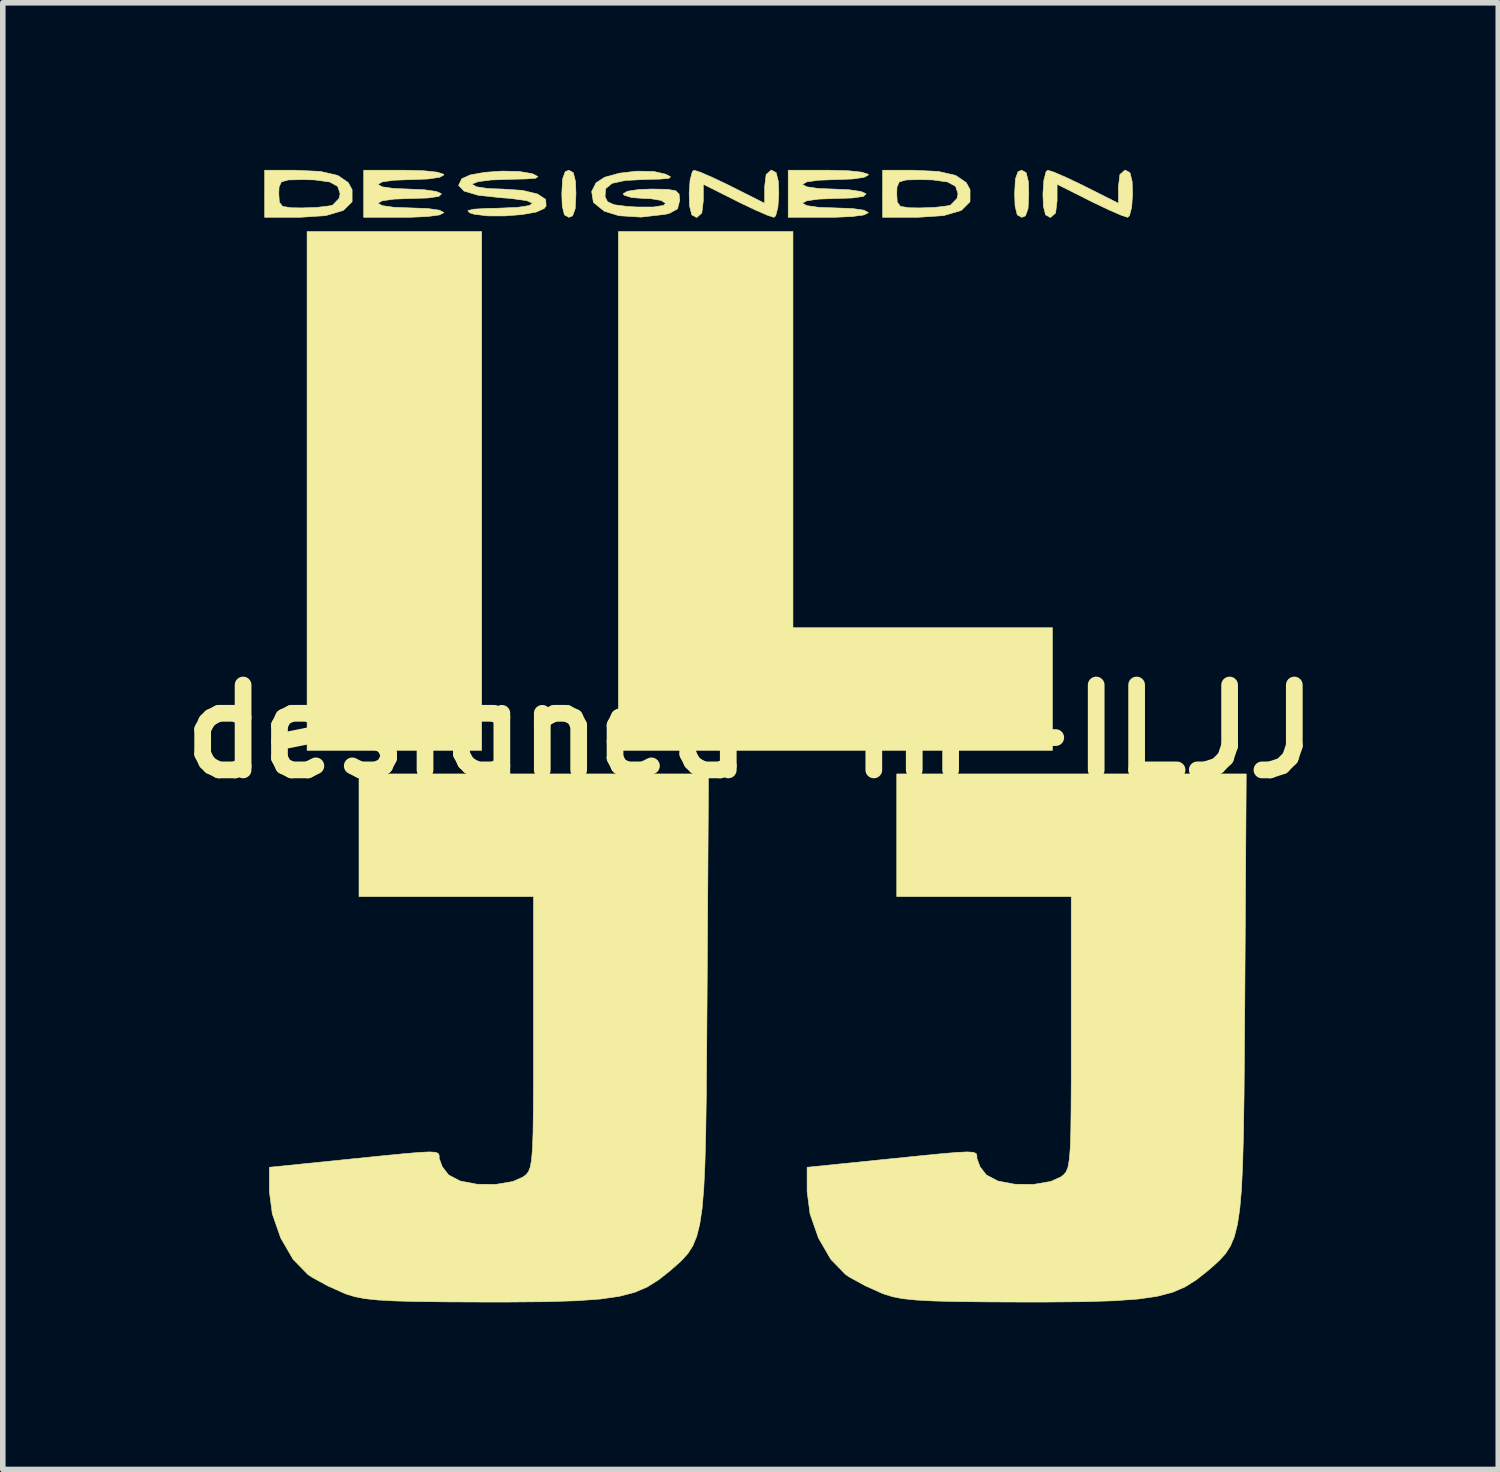
<source format=kicad_pcb>
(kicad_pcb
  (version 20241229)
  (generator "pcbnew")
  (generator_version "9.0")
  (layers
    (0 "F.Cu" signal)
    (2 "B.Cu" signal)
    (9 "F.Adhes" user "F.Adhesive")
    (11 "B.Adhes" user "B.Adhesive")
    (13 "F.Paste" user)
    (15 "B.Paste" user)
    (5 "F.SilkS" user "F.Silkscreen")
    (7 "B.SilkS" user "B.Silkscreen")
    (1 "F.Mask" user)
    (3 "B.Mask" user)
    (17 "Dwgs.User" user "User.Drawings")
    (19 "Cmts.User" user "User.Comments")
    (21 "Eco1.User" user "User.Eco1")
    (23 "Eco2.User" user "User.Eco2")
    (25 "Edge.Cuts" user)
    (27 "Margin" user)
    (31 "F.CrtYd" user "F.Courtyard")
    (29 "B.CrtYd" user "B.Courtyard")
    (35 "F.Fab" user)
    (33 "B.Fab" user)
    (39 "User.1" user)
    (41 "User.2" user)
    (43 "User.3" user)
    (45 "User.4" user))
  (footprint "designed-in-ILJJ"
    (layer "F.Cu")
    (at 10.421 10.08)
    (property "Reference" "designed-in-ILJJ" (at 0 0 0) (layer "F.SilkS") (effects (font (size 1.524 1.524) (thickness 0.3))))
    (attr through_hole)
    (fp_poly (pts (xy -4.826 0.339) (xy -7.959 0.339) (xy -7.959 -8.975) (xy -4.826 -8.975) (xy -4.826 0.339)) (stroke (width 0.01) (type solid)) (fill yes) (layer "F.SilkS"))
    (fp_poly (pts (xy 0.762 -1.863) (xy 5.419 -1.863) (xy 5.419 0.339) (xy -2.371 0.339) (xy -2.371 -8.975) (xy 0.762 -8.975) (xy 0.762 -1.863)) (stroke (width 0.01) (type solid)) (fill yes) (layer "F.SilkS"))
    (fp_poly (pts (xy -3.18 -10.03) (xy -3.141 -9.873) (xy -3.133 -9.652) (xy -3.146 -9.386) (xy -3.193 -9.256) (xy -3.26 -9.229) (xy -3.34 -9.274) (xy -3.379 -9.431) (xy -3.387 -9.652) (xy -3.373 -9.918) (xy -3.326 -10.048) (xy -3.26 -10.075) (xy -3.18 -10.03)) (stroke (width 0.01) (type solid)) (fill yes) (layer "F.SilkS"))
    (fp_poly (pts (xy 4.948 -10.03) (xy 4.987 -9.873) (xy 4.995 -9.652) (xy 4.982 -9.386) (xy 4.935 -9.256) (xy 4.868 -9.229) (xy 4.788 -9.274) (xy 4.749 -9.431) (xy 4.741 -9.652) (xy 4.755 -9.918) (xy 4.802 -10.048) (xy 4.868 -10.075) (xy 4.948 -10.03)) (stroke (width 0.01) (type solid)) (fill yes) (layer "F.SilkS"))
    (fp_poly (pts (xy 0.461 -10.03) (xy 0.5 -9.873) (xy 0.508 -9.652) (xy 0.492 -9.411) (xy 0.452 -9.257) (xy 0.421 -9.229) (xy 0.309 -9.265) (xy 0.089 -9.36) (xy -0.194 -9.495) (xy -0.256 -9.526) (xy -0.847 -9.823) (xy -0.847 -9.526) (xy -0.874 -9.306) (xy -0.961 -9.229) (xy -0.974 -9.229) (xy -1.054 -9.274) (xy -1.093 -9.431) (xy -1.101 -9.652) (xy -1.085 -9.893) (xy -1.045 -10.047) (xy -1.014 -10.075) (xy -0.901 -10.039) (xy -0.682 -9.944) (xy -0.398 -9.809) (xy -0.337 -9.778) (xy 0.254 -9.481) (xy 0.254 -9.778) (xy 0.281 -9.998) (xy 0.369 -10.075) (xy 0.381 -10.075) (xy 0.461 -10.03)) (stroke (width 0.01) (type solid)) (fill yes) (layer "F.SilkS"))
    (fp_poly (pts (xy 6.811 -10.03) (xy 6.85 -9.873) (xy 6.858 -9.652) (xy 6.842 -9.411) (xy 6.802 -9.257) (xy 6.771 -9.229) (xy 6.659 -9.265) (xy 6.439 -9.36) (xy 6.156 -9.495) (xy 6.094 -9.526) (xy 5.503 -9.823) (xy 5.503 -9.526) (xy 5.476 -9.306) (xy 5.389 -9.229) (xy 5.376 -9.229) (xy 5.296 -9.274) (xy 5.257 -9.431) (xy 5.249 -9.652) (xy 5.265 -9.893) (xy 5.305 -10.047) (xy 5.336 -10.075) (xy 5.449 -10.039) (xy 5.668 -9.944) (xy 5.952 -9.809) (xy 6.013 -9.778) (xy 6.604 -9.481) (xy 6.604 -9.778) (xy 6.631 -9.998) (xy 6.719 -10.075) (xy 6.731 -10.075) (xy 6.811 -10.03)) (stroke (width 0.01) (type solid)) (fill yes) (layer "F.SilkS"))
    (fp_poly (pts (xy -7.72 -10.053) (xy -7.408 -9.981) (xy -7.22 -9.853) (xy -7.151 -9.726) (xy -7.151 -9.509) (xy -7.309 -9.353) (xy -7.623 -9.26) (xy -8.094 -9.229) (xy -8.721 -9.229) (xy -8.721 -9.652) (xy -8.467 -9.652) (xy -8.457 -9.501) (xy -8.399 -9.426) (xy -8.249 -9.401) (xy -8.05 -9.398) (xy -7.777 -9.408) (xy -7.561 -9.434) (xy -7.5 -9.449) (xy -7.385 -9.568) (xy -7.366 -9.652) (xy -7.409 -9.785) (xy -7.554 -9.864) (xy -7.827 -9.901) (xy -8.05 -9.906) (xy -8.298 -9.9) (xy -8.421 -9.865) (xy -8.462 -9.773) (xy -8.467 -9.652) (xy -8.721 -9.652) (xy -8.721 -10.075) (xy -8.176 -10.075) (xy -7.72 -10.053)) (stroke (width 0.01) (type solid)) (fill yes) (layer "F.SilkS"))
    (fp_poly (pts (xy 3.371 -10.053) (xy 3.683 -9.981) (xy 3.872 -9.853) (xy 3.941 -9.726) (xy 3.94 -9.509) (xy 3.783 -9.353) (xy 3.468 -9.26) (xy 2.998 -9.229) (xy 2.371 -9.229) (xy 2.371 -9.652) (xy 2.625 -9.652) (xy 2.634 -9.501) (xy 2.692 -9.426) (xy 2.842 -9.401) (xy 3.041 -9.398) (xy 3.314 -9.408) (xy 3.53 -9.434) (xy 3.591 -9.449) (xy 3.707 -9.568) (xy 3.725 -9.652) (xy 3.682 -9.785) (xy 3.537 -9.864) (xy 3.265 -9.901) (xy 3.041 -9.906) (xy 2.793 -9.9) (xy 2.67 -9.865) (xy 2.629 -9.773) (xy 2.625 -9.652) (xy 2.371 -9.652) (xy 2.371 -10.075) (xy 2.915 -10.075) (xy 3.371 -10.053)) (stroke (width 0.01) (type solid)) (fill yes) (layer "F.SilkS"))
    (fp_poly (pts (xy -5.873 -10.066) (xy -5.624 -10.04) (xy -5.508 -10.002) (xy -5.503 -9.991) (xy -5.582 -9.947) (xy -5.792 -9.917) (xy -6.095 -9.906) (xy -6.096 -9.906) (xy -6.4 -9.895) (xy -6.61 -9.865) (xy -6.689 -9.821) (xy -6.689 -9.821) (xy -6.611 -9.777) (xy -6.405 -9.747) (xy -6.143 -9.737) (xy -5.854 -9.724) (xy -5.638 -9.693) (xy -5.546 -9.652) (xy -5.593 -9.605) (xy -5.795 -9.576) (xy -6.091 -9.567) (xy -6.397 -9.556) (xy -6.609 -9.526) (xy -6.689 -9.483) (xy -6.689 -9.483) (xy -6.61 -9.439) (xy -6.4 -9.409) (xy -6.097 -9.398) (xy -6.096 -9.398) (xy -5.792 -9.387) (xy -5.582 -9.357) (xy -5.503 -9.313) (xy -5.503 -9.313) (xy -5.583 -9.272) (xy -5.802 -9.243) (xy -6.13 -9.229) (xy -6.223 -9.229) (xy -6.943 -9.229) (xy -6.943 -10.075) (xy -6.223 -10.075) (xy -5.873 -10.066)) (stroke (width 0.01) (type solid)) (fill yes) (layer "F.SilkS"))
    (fp_poly (pts (xy 1.747 -10.066) (xy 1.996 -10.04) (xy 2.112 -10.002) (xy 2.117 -9.991) (xy 2.038 -9.947) (xy 1.828 -9.917) (xy 1.525 -9.906) (xy 1.524 -9.906) (xy 1.22 -9.895) (xy 1.01 -9.865) (xy 0.931 -9.821) (xy 0.931 -9.821) (xy 1.009 -9.777) (xy 1.215 -9.747) (xy 1.477 -9.737) (xy 1.766 -9.724) (xy 1.982 -9.693) (xy 2.074 -9.652) (xy 2.027 -9.605) (xy 1.825 -9.576) (xy 1.529 -9.567) (xy 1.223 -9.556) (xy 1.011 -9.526) (xy 0.931 -9.483) (xy 0.931 -9.483) (xy 1.01 -9.439) (xy 1.22 -9.409) (xy 1.523 -9.398) (xy 1.524 -9.398) (xy 1.828 -9.387) (xy 2.038 -9.357) (xy 2.117 -9.313) (xy 2.117 -9.313) (xy 2.037 -9.272) (xy 1.818 -9.243) (xy 1.49 -9.229) (xy 1.397 -9.229) (xy 0.677 -9.229) (xy 0.677 -10.075) (xy 1.397 -10.075) (xy 1.747 -10.066)) (stroke (width 0.01) (type solid)) (fill yes) (layer "F.SilkS"))
    (fp_poly (pts (xy -4.158 -10.053) (xy -3.925 -10.014) (xy -3.895 -10.003) (xy -3.817 -9.96) (xy -3.855 -9.932) (xy -4.026 -9.918) (xy -4.339 -9.911) (xy -4.664 -9.899) (xy -4.893 -9.869) (xy -4.994 -9.828) (xy -4.995 -9.821) (xy -4.918 -9.777) (xy -4.713 -9.746) (xy -4.461 -9.737) (xy -4.093 -9.713) (xy -3.824 -9.648) (xy -3.676 -9.551) (xy -3.669 -9.432) (xy -3.704 -9.387) (xy -3.849 -9.323) (xy -4.105 -9.278) (xy -4.414 -9.254) (xy -4.719 -9.255) (xy -4.962 -9.285) (xy -5.038 -9.309) (xy -5.074 -9.35) (xy -4.966 -9.376) (xy -4.702 -9.39) (xy -4.551 -9.392) (xy -4.182 -9.408) (xy -3.968 -9.441) (xy -3.914 -9.484) (xy -4.02 -9.529) (xy -4.292 -9.567) (xy -4.486 -9.582) (xy -4.888 -9.625) (xy -5.141 -9.7) (xy -5.239 -9.802) (xy -5.183 -9.922) (xy -5.031 -9.99) (xy -4.77 -10.037) (xy -4.459 -10.059) (xy -4.158 -10.053)) (stroke (width 0.01) (type solid)) (fill yes) (layer "F.SilkS"))
    (fp_poly (pts (xy -1.736 -10.052) (xy -1.524 -10.004) (xy -1.435 -9.957) (xy -1.463 -9.929) (xy -1.625 -9.915) (xy -1.863 -9.91) (xy -2.247 -9.891) (xy -2.486 -9.839) (xy -2.6 -9.744) (xy -2.611 -9.6) (xy -2.566 -9.509) (xy -2.447 -9.455) (xy -2.217 -9.425) (xy -2.052 -9.415) (xy -1.742 -9.414) (xy -1.562 -9.443) (xy -1.524 -9.479) (xy -1.6 -9.532) (xy -1.791 -9.563) (xy -1.905 -9.567) (xy -2.132 -9.584) (xy -2.269 -9.627) (xy -2.286 -9.652) (xy -2.209 -9.697) (xy -2.007 -9.728) (xy -1.778 -9.737) (xy -1.496 -9.732) (xy -1.344 -9.707) (xy -1.282 -9.646) (xy -1.27 -9.536) (xy -1.31 -9.381) (xy -1.459 -9.299) (xy -1.535 -9.282) (xy -1.968 -9.233) (xy -2.361 -9.258) (xy -2.624 -9.338) (xy -2.82 -9.498) (xy -2.851 -9.693) (xy -2.773 -9.848) (xy -2.617 -9.949) (xy -2.352 -10.022) (xy -2.039 -10.058) (xy -1.736 -10.052)) (stroke (width 0.01) (type solid)) (fill yes) (layer "F.SilkS"))
    (fp_poly (pts (xy -0.779 4.72) (xy -0.786 5.696) (xy -0.793 6.518) (xy -0.803 7.201) (xy -0.818 7.76) (xy -0.839 8.211) (xy -0.87 8.569) (xy -0.912 8.848) (xy -0.966 9.064) (xy -1.036 9.233) (xy -1.123 9.369) (xy -1.23 9.488) (xy -1.357 9.604) (xy -1.45 9.684) (xy -1.651 9.843) (xy -1.853 9.97) (xy -2.08 10.067) (xy -2.354 10.138) (xy -2.696 10.187) (xy -3.129 10.218) (xy -3.675 10.235) (xy -4.357 10.241) (xy -4.772 10.241) (xy -5.447 10.238) (xy -5.976 10.232) (xy -6.382 10.221) (xy -6.689 10.204) (xy -6.92 10.18) (xy -7.097 10.146) (xy -7.246 10.101) (xy -7.295 10.082) (xy -7.591 9.949) (xy -7.865 9.799) (xy -7.944 9.747) (xy -8.21 9.474) (xy -8.432 9.092) (xy -8.583 8.659) (xy -8.636 8.255) (xy -8.636 7.822) (xy -7.218 7.678) (xy -6.656 7.621) (xy -6.24 7.58) (xy -5.949 7.555) (xy -5.761 7.546) (xy -5.652 7.553) (xy -5.602 7.575) (xy -5.588 7.612) (xy -5.588 7.662) (xy -5.532 7.813) (xy -5.419 7.959) (xy -5.213 8.068) (xy -4.91 8.126) (xy -4.572 8.129) (xy -4.264 8.077) (xy -4.083 7.996) (xy -4.029 7.955) (xy -3.986 7.902) (xy -3.953 7.819) (xy -3.93 7.687) (xy -3.913 7.486) (xy -3.903 7.198) (xy -3.898 6.803) (xy -3.895 6.282) (xy -3.895 5.615) (xy -3.895 5.414) (xy -3.895 2.963) (xy -7.027 2.963) (xy -7.027 0.762) (xy -0.754 0.762) (xy -0.779 4.72)) (stroke (width 0.01) (type solid)) (fill yes) (layer "F.SilkS"))
    (fp_poly (pts (xy 8.873 4.72) (xy 8.866 5.696) (xy 8.859 6.518) (xy 8.849 7.201) (xy 8.834 7.76) (xy 8.813 8.211) (xy 8.782 8.569) (xy 8.74 8.848) (xy 8.686 9.064) (xy 8.616 9.233) (xy 8.529 9.369) (xy 8.422 9.488) (xy 8.295 9.604) (xy 8.202 9.684) (xy 8.001 9.843) (xy 7.799 9.97) (xy 7.572 10.067) (xy 7.298 10.138) (xy 6.956 10.187) (xy 6.523 10.218) (xy 5.977 10.235) (xy 5.295 10.241) (xy 4.88 10.241) (xy 4.205 10.238) (xy 3.676 10.232) (xy 3.27 10.221) (xy 2.963 10.204) (xy 2.732 10.18) (xy 2.555 10.146) (xy 2.406 10.101) (xy 2.357 10.082) (xy 2.061 9.949) (xy 1.787 9.799) (xy 1.708 9.747) (xy 1.442 9.474) (xy 1.22 9.092) (xy 1.069 8.659) (xy 1.016 8.255) (xy 1.016 7.822) (xy 2.434 7.678) (xy 2.996 7.621) (xy 3.412 7.58) (xy 3.703 7.555) (xy 3.891 7.546) (xy 4 7.553) (xy 4.05 7.575) (xy 4.064 7.612) (xy 4.064 7.662) (xy 4.12 7.813) (xy 4.233 7.959) (xy 4.439 8.068) (xy 4.742 8.126) (xy 5.08 8.129) (xy 5.388 8.077) (xy 5.569 7.996) (xy 5.623 7.955) (xy 5.666 7.902) (xy 5.699 7.819) (xy 5.722 7.687) (xy 5.739 7.486) (xy 5.749 7.198) (xy 5.754 6.803) (xy 5.757 6.282) (xy 5.757 5.615) (xy 5.757 5.414) (xy 5.757 2.963) (xy 2.625 2.963) (xy 2.625 0.762) (xy 8.898 0.762) (xy 8.873 4.72)) (stroke (width 0.01) (type solid)) (fill yes) (layer "F.SilkS")))
  (gr_rect
    (start -3 -3)
    (end 23.843 23.326)
    (stroke (width 0.1) (type default))
    (fill no)
    (layer "Edge.Cuts")))
</source>
